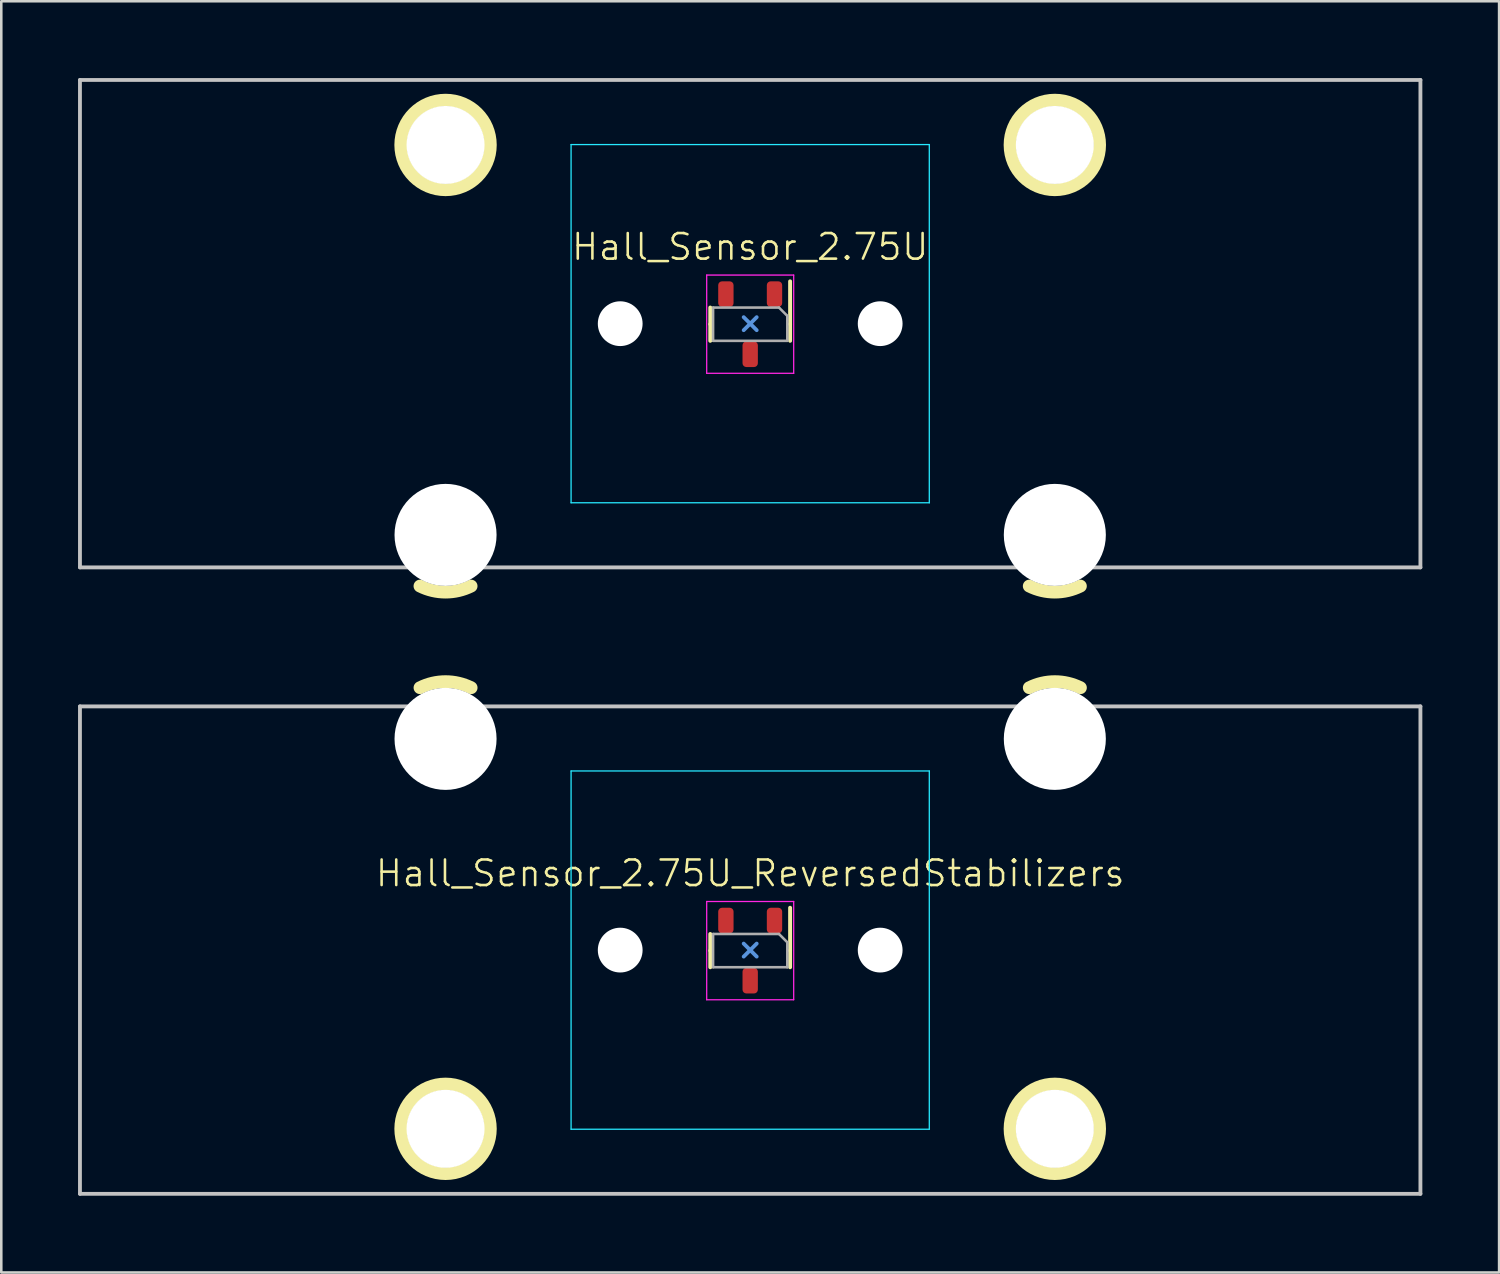
<source format=kicad_pcb>
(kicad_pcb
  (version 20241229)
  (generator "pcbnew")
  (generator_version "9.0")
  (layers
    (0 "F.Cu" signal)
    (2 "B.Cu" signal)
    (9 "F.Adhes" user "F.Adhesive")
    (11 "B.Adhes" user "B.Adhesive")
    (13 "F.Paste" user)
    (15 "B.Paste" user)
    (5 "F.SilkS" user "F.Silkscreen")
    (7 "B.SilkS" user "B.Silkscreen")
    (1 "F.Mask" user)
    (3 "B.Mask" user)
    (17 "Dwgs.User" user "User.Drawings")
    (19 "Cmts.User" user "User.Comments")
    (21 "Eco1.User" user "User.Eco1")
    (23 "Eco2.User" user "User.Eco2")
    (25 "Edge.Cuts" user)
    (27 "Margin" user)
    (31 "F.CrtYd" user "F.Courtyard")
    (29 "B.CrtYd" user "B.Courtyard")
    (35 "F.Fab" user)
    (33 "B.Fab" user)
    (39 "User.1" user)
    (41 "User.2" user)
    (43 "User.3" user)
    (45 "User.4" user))
  (footprint "Hall_Sensor_2.75U_ReversedStabilizers"
    (layer "F.Cu")
    (at 26.269 34.082)
    (property "Reference" "Hall_Sensor_2.75U_ReversedStabilizers" (at 0 -3 0) (unlocked yes) (layer "F.SilkS") (effects (font (size 1 1) (thickness 0.1))))
    (attr smd)
    (fp_line (start -1.56 -0.63) (end -1.56 0.02) (stroke (width 0.153) (type solid)) (layer "F.SilkS"))
    (fp_line (start -1.56 0.67) (end -1.56 0.02) (stroke (width 0.153) (type solid)) (layer "F.SilkS"))
    (fp_line (start 1.56 -1.655) (end 1.56 0.02) (stroke (width 0.153) (type solid)) (layer "F.SilkS"))
    (fp_line (start 1.56 0.67) (end 1.56 0.02) (stroke (width 0.153) (type solid)) (layer "F.SilkS"))
    (fp_arc (start -12.905199 -10.255525) (mid -11.905663 -10.491068) (end -10.90625 -10.255) (stroke (width 0.5) (type solid)) (layer "F.SilkS"))
    (fp_arc (start 10.907301 -10.255525) (mid 11.906837 -10.491068) (end 12.90625 -10.255) (stroke (width 0.5) (type solid)) (layer "F.SilkS"))
    (fp_circle (center -11.906 6.985) (end -10.156 6.985) (stroke (width 0.5) (type solid)) (fill no) (layer "F.SilkS"))
    (fp_circle (center 11.906 6.985) (end 13.656 6.985) (stroke (width 0.5) (type solid)) (fill no) (layer "F.SilkS"))
    (fp_line (start -26.194 -9.525) (end 26.194 -9.525) (stroke (width 0.15) (type solid)) (layer "Dwgs.User"))
    (fp_line (start -26.194 9.525) (end -26.194 -9.525) (stroke (width 0.15) (type solid)) (layer "Dwgs.User"))
    (fp_line (start -26.194 9.525) (end 26.194 9.525) (stroke (width 0.15) (type solid)) (layer "Dwgs.User"))
    (fp_line (start 26.194 -9.525) (end 26.194 9.525) (stroke (width 0.15) (type solid)) (layer "Dwgs.User"))
    (fp_line (start 0.254 -0.254) (end -0.254 0.254) (stroke (width 0.15) (type default)) (layer "Cmts.User"))
    (fp_line (start 0.254 0.254) (end -0.254 -0.254) (stroke (width 0.15) (type default)) (layer "Cmts.User"))
    (fp_line (start -7 -6.5) (end -7 6.5) (stroke (width 0.15) (type solid)) (layer "Eco2.User"))
    (fp_line (start -6.5 7) (end 6.5 7) (stroke (width 0.15) (type solid)) (layer "Eco2.User"))
    (fp_line (start 6.5 -7) (end -6.5 -7) (stroke (width 0.15) (type solid)) (layer "Eco2.User"))
    (fp_line (start 7 6.5) (end 7 -6.5) (stroke (width 0.15) (type solid)) (layer "Eco2.User"))
    (fp_arc (start -7 -6.500001) (mid -6.853553 -6.853553) (end -6.500001 -7) (stroke (width 0.15) (type solid)) (layer "Eco2.User"))
    (fp_arc (start -6.500001 7) (mid -6.853553 6.853553) (end -7 6.500001) (stroke (width 0.15) (type solid)) (layer "Eco2.User"))
    (fp_arc (start 6.500001 -7) (mid 6.853553 -6.853553) (end 7 -6.500001) (stroke (width 0.15) (type solid)) (layer "Eco2.User"))
    (fp_arc (start 6.997236 6.498884) (mid 6.850791 6.852425) (end 6.497236 6.998884) (stroke (width 0.15) (type solid)) (layer "Eco2.User"))
    (fp_line (start -7 -7) (end -7 7) (stroke (width 0.05) (type solid)) (layer "B.CrtYd"))
    (fp_line (start -7 7) (end 7 7) (stroke (width 0.05) (type solid)) (layer "B.CrtYd"))
    (fp_line (start 7 -7) (end -7 -7) (stroke (width 0.05) (type solid)) (layer "B.CrtYd"))
    (fp_line (start 7 7) (end 7 -7) (stroke (width 0.05) (type solid)) (layer "B.CrtYd"))
    (fp_line (start -1.7 -1.9) (end 1.7 -1.9) (stroke (width 0.05) (type solid)) (layer "F.CrtYd"))
    (fp_line (start -1.7 1.94) (end -1.7 -1.9) (stroke (width 0.05) (type solid)) (layer "F.CrtYd"))
    (fp_line (start 1.7 -1.9) (end 1.7 1.94) (stroke (width 0.05) (type solid)) (layer "F.CrtYd"))
    (fp_line (start 1.7 1.94) (end -1.7 1.94) (stroke (width 0.05) (type solid)) (layer "F.CrtYd"))
    (fp_line (start -1.45 -0.63) (end -1.45 0.67) (stroke (width 0.1) (type solid)) (layer "F.Fab"))
    (fp_line (start -1.45 0.67) (end 1.45 0.67) (stroke (width 0.1) (type solid)) (layer "F.Fab"))
    (fp_line (start 1.125 -0.63) (end -1.45 -0.63) (stroke (width 0.1) (type solid)) (layer "F.Fab"))
    (fp_line (start 1.45 -0.305) (end 1.125 -0.63) (stroke (width 0.1) (type solid)) (layer "F.Fab"))
    (fp_line (start 1.45 0.67) (end 1.45 -0.305) (stroke (width 0.1) (type solid)) (layer "F.Fab"))
    (pad "" np_thru_hole circle (at -11.906 -8.255 180) (size 3.988 3.988) (drill 3.988) (layers "*.Cu" "*.Mask"))
    (pad "" np_thru_hole circle (at -11.906 6.985 180) (size 3.048 3.048) (drill 3.048) (layers "*.Cu" "*.Mask"))
    (pad "" np_thru_hole circle (at -5.08 0) (size 1.75 1.75) (drill 1.75) (layers "*.Cu" "*.Mask"))
    (pad "" np_thru_hole circle (at 5.08 0) (size 1.75 1.75) (drill 1.75) (layers "*.Cu" "*.Mask"))
    (pad "" np_thru_hole circle (at 11.906 -8.255 180) (size 3.988 3.988) (drill 3.988) (layers "*.Cu" "*.Mask"))
    (pad "" np_thru_hole circle (at 11.906 6.985 180) (size 3.048 3.048) (drill 3.048) (layers "*.Cu" "*.Mask"))
    (pad "1" smd roundrect (at 0.95 -1.155 270) (size 1 0.6) (layers "F.Cu" "F.Mask" "F.Paste") (roundrect_rratio 0.25))
    (pad "2" smd roundrect (at 0 1.195 270) (size 1 0.6) (layers "F.Cu" "F.Mask" "F.Paste") (roundrect_rratio 0.25))
    (pad "3" smd roundrect (at -0.95 -1.155 270) (size 1 0.6) (layers "F.Cu" "F.Mask" "F.Paste") (roundrect_rratio 0.25))
    (zone (net_name "") (layers "F.Cu" "B.Cu") (hatch edge 0.5) (connect_pads) (min_thickness 0.25) (filled_areas_thickness no) (keepout (tracks allowed) (vias allowed) (pads allowed) (copperpour not_allowed) (footprints allowed)) (placement (enabled no)) (fill) (polygon (pts (xy 28.019 34.082) (xy 27.999 33.821) (xy 27.941 33.566) (xy 27.845 33.323) (xy 27.715 33.096) (xy 27.552 32.892) (xy 27.36 32.714) (xy 27.144 32.567) (xy 26.908 32.453) (xy 26.658 32.376) (xy 26.4 32.337) (xy 26.138 32.337) (xy 25.879 32.376) (xy 25.629 32.453) (xy 25.394 32.567) (xy 25.178 32.714) (xy 24.986 32.892) (xy 24.823 33.096) (xy 24.692 33.323) (xy 24.596 33.566) (xy 24.538 33.821) (xy 24.519 34.082) (xy 24.538 34.343) (xy 24.596 34.598) (xy 24.692 34.841) (xy 24.823 35.068) (xy 24.986 35.272) (xy 25.178 35.45) (xy 25.394 35.598) (xy 25.629 35.711) (xy 25.879 35.788) (xy 26.138 35.827) (xy 26.4 35.827) (xy 26.658 35.788) (xy 26.908 35.711) (xy 27.144 35.598) (xy 27.36 35.45) (xy 27.552 35.272) (xy 27.715 35.068) (xy 27.845 34.841) (xy 27.941 34.598) (xy 27.999 34.343)))))
  (footprint "Hall_Sensor_2.75U"
    (layer "F.Cu")
    (at 26.269 9.6)
    (property "Reference" "Hall_Sensor_2.75U" (at 0 -3 0) (unlocked yes) (layer "F.SilkS") (effects (font (size 1 1) (thickness 0.1))))
    (attr smd)
    (fp_line (start -1.56 -0.63) (end -1.56 0.02) (stroke (width 0.153) (type solid)) (layer "F.SilkS"))
    (fp_line (start -1.56 0.67) (end -1.56 0.02) (stroke (width 0.153) (type solid)) (layer "F.SilkS"))
    (fp_line (start 1.56 -1.655) (end 1.56 0.02) (stroke (width 0.153) (type solid)) (layer "F.SilkS"))
    (fp_line (start 1.56 0.67) (end 1.56 0.02) (stroke (width 0.153) (type solid)) (layer "F.SilkS"))
    (fp_arc (start -10.907301 10.255525) (mid -11.906837 10.491068) (end -12.90625 10.255) (stroke (width 0.5) (type solid)) (layer "F.SilkS"))
    (fp_arc (start 12.905199 10.255525) (mid 11.905663 10.491068) (end 10.90625 10.255) (stroke (width 0.5) (type solid)) (layer "F.SilkS"))
    (fp_circle (center -11.906 -6.985) (end -13.656 -6.985) (stroke (width 0.5) (type solid)) (fill no) (layer "F.SilkS"))
    (fp_circle (center 11.906 -6.985) (end 10.156 -6.985) (stroke (width 0.5) (type solid)) (fill no) (layer "F.SilkS"))
    (fp_line (start -26.194 -9.525) (end 26.194 -9.525) (stroke (width 0.15) (type solid)) (layer "Dwgs.User"))
    (fp_line (start -26.194 9.525) (end -26.194 -9.525) (stroke (width 0.15) (type solid)) (layer "Dwgs.User"))
    (fp_line (start -26.194 9.525) (end 26.194 9.525) (stroke (width 0.15) (type solid)) (layer "Dwgs.User"))
    (fp_line (start 26.194 -9.525) (end 26.194 9.525) (stroke (width 0.15) (type solid)) (layer "Dwgs.User"))
    (fp_line (start 0.254 -0.254) (end -0.254 0.254) (stroke (width 0.15) (type default)) (layer "Cmts.User"))
    (fp_line (start 0.254 0.254) (end -0.254 -0.254) (stroke (width 0.15) (type default)) (layer "Cmts.User"))
    (fp_line (start -7 -6.5) (end -7 6.5) (stroke (width 0.15) (type solid)) (layer "Eco2.User"))
    (fp_line (start -6.5 7) (end 6.5 7) (stroke (width 0.15) (type solid)) (layer "Eco2.User"))
    (fp_line (start 6.5 -7) (end -6.5 -7) (stroke (width 0.15) (type solid)) (layer "Eco2.User"))
    (fp_line (start 7 6.5) (end 7 -6.5) (stroke (width 0.15) (type solid)) (layer "Eco2.User"))
    (fp_arc (start -7 -6.500001) (mid -6.853553 -6.853553) (end -6.500001 -7) (stroke (width 0.15) (type solid)) (layer "Eco2.User"))
    (fp_arc (start -6.500001 7) (mid -6.853553 6.853553) (end -7 6.500001) (stroke (width 0.15) (type solid)) (layer "Eco2.User"))
    (fp_arc (start 6.500001 -7) (mid 6.853553 -6.853553) (end 7 -6.500001) (stroke (width 0.15) (type solid)) (layer "Eco2.User"))
    (fp_arc (start 6.997236 6.498884) (mid 6.850791 6.852425) (end 6.497236 6.998884) (stroke (width 0.15) (type solid)) (layer "Eco2.User"))
    (fp_line (start -7 -7) (end -7 7) (stroke (width 0.05) (type solid)) (layer "B.CrtYd"))
    (fp_line (start -7 7) (end 7 7) (stroke (width 0.05) (type solid)) (layer "B.CrtYd"))
    (fp_line (start 7 -7) (end -7 -7) (stroke (width 0.05) (type solid)) (layer "B.CrtYd"))
    (fp_line (start 7 7) (end 7 -7) (stroke (width 0.05) (type solid)) (layer "B.CrtYd"))
    (fp_line (start -1.7 -1.9) (end 1.7 -1.9) (stroke (width 0.05) (type solid)) (layer "F.CrtYd"))
    (fp_line (start -1.7 1.94) (end -1.7 -1.9) (stroke (width 0.05) (type solid)) (layer "F.CrtYd"))
    (fp_line (start 1.7 -1.9) (end 1.7 1.94) (stroke (width 0.05) (type solid)) (layer "F.CrtYd"))
    (fp_line (start 1.7 1.94) (end -1.7 1.94) (stroke (width 0.05) (type solid)) (layer "F.CrtYd"))
    (fp_line (start -1.45 -0.63) (end -1.45 0.67) (stroke (width 0.1) (type solid)) (layer "F.Fab"))
    (fp_line (start -1.45 0.67) (end 1.45 0.67) (stroke (width 0.1) (type solid)) (layer "F.Fab"))
    (fp_line (start 1.125 -0.63) (end -1.45 -0.63) (stroke (width 0.1) (type solid)) (layer "F.Fab"))
    (fp_line (start 1.45 -0.305) (end 1.125 -0.63) (stroke (width 0.1) (type solid)) (layer "F.Fab"))
    (fp_line (start 1.45 0.67) (end 1.45 -0.305) (stroke (width 0.1) (type solid)) (layer "F.Fab"))
    (pad "" np_thru_hole circle (at -11.906 -6.985) (size 3.048 3.048) (drill 3.048) (layers "*.Cu" "*.Mask"))
    (pad "" np_thru_hole circle (at -11.906 8.255) (size 3.988 3.988) (drill 3.988) (layers "*.Cu" "*.Mask"))
    (pad "" np_thru_hole circle (at -5.08 0) (size 1.75 1.75) (drill 1.75) (layers "*.Cu" "*.Mask"))
    (pad "" np_thru_hole circle (at 5.08 0) (size 1.75 1.75) (drill 1.75) (layers "*.Cu" "*.Mask"))
    (pad "" np_thru_hole circle (at 11.906 -6.985) (size 3.048 3.048) (drill 3.048) (layers "*.Cu" "*.Mask"))
    (pad "" np_thru_hole circle (at 11.906 8.255) (size 3.988 3.988) (drill 3.988) (layers "*.Cu" "*.Mask"))
    (pad "1" smd roundrect (at 0.95 -1.155 270) (size 1 0.6) (layers "F.Cu" "F.Mask" "F.Paste") (roundrect_rratio 0.25))
    (pad "2" smd roundrect (at 0 1.195 270) (size 1 0.6) (layers "F.Cu" "F.Mask" "F.Paste") (roundrect_rratio 0.25))
    (pad "3" smd roundrect (at -0.95 -1.155 270) (size 1 0.6) (layers "F.Cu" "F.Mask" "F.Paste") (roundrect_rratio 0.25))
    (zone (net_name "") (layers "F.Cu" "B.Cu") (hatch edge 0.5) (connect_pads) (min_thickness 0.25) (filled_areas_thickness no) (keepout (tracks allowed) (vias allowed) (pads allowed) (copperpour not_allowed) (footprints allowed)) (placement (enabled no)) (fill) (polygon (pts (xy 28.019 9.6) (xy 27.999 9.339) (xy 27.941 9.084) (xy 27.845 8.841) (xy 27.715 8.614) (xy 27.552 8.41) (xy 27.36 8.232) (xy 27.144 8.084) (xy 26.908 7.971) (xy 26.658 7.894) (xy 26.4 7.855) (xy 26.138 7.855) (xy 25.879 7.894) (xy 25.629 7.971) (xy 25.394 8.084) (xy 25.178 8.232) (xy 24.986 8.41) (xy 24.823 8.614) (xy 24.692 8.841) (xy 24.596 9.084) (xy 24.538 9.339) (xy 24.519 9.6) (xy 24.538 9.861) (xy 24.596 10.116) (xy 24.692 10.359) (xy 24.823 10.586) (xy 24.986 10.79) (xy 25.178 10.968) (xy 25.394 11.116) (xy 25.629 11.229) (xy 25.879 11.306) (xy 26.138 11.345) (xy 26.4 11.345) (xy 26.658 11.306) (xy 26.908 11.229) (xy 27.144 11.116) (xy 27.36 10.968) (xy 27.552 10.79) (xy 27.715 10.586) (xy 27.845 10.359) (xy 27.941 10.116) (xy 27.999 9.861)))))
  (gr_rect
    (start -3 -3)
    (end 55.538 46.682)
    (stroke (width 0.1) (type default))
    (fill no)
    (layer "Edge.Cuts")))
</source>
